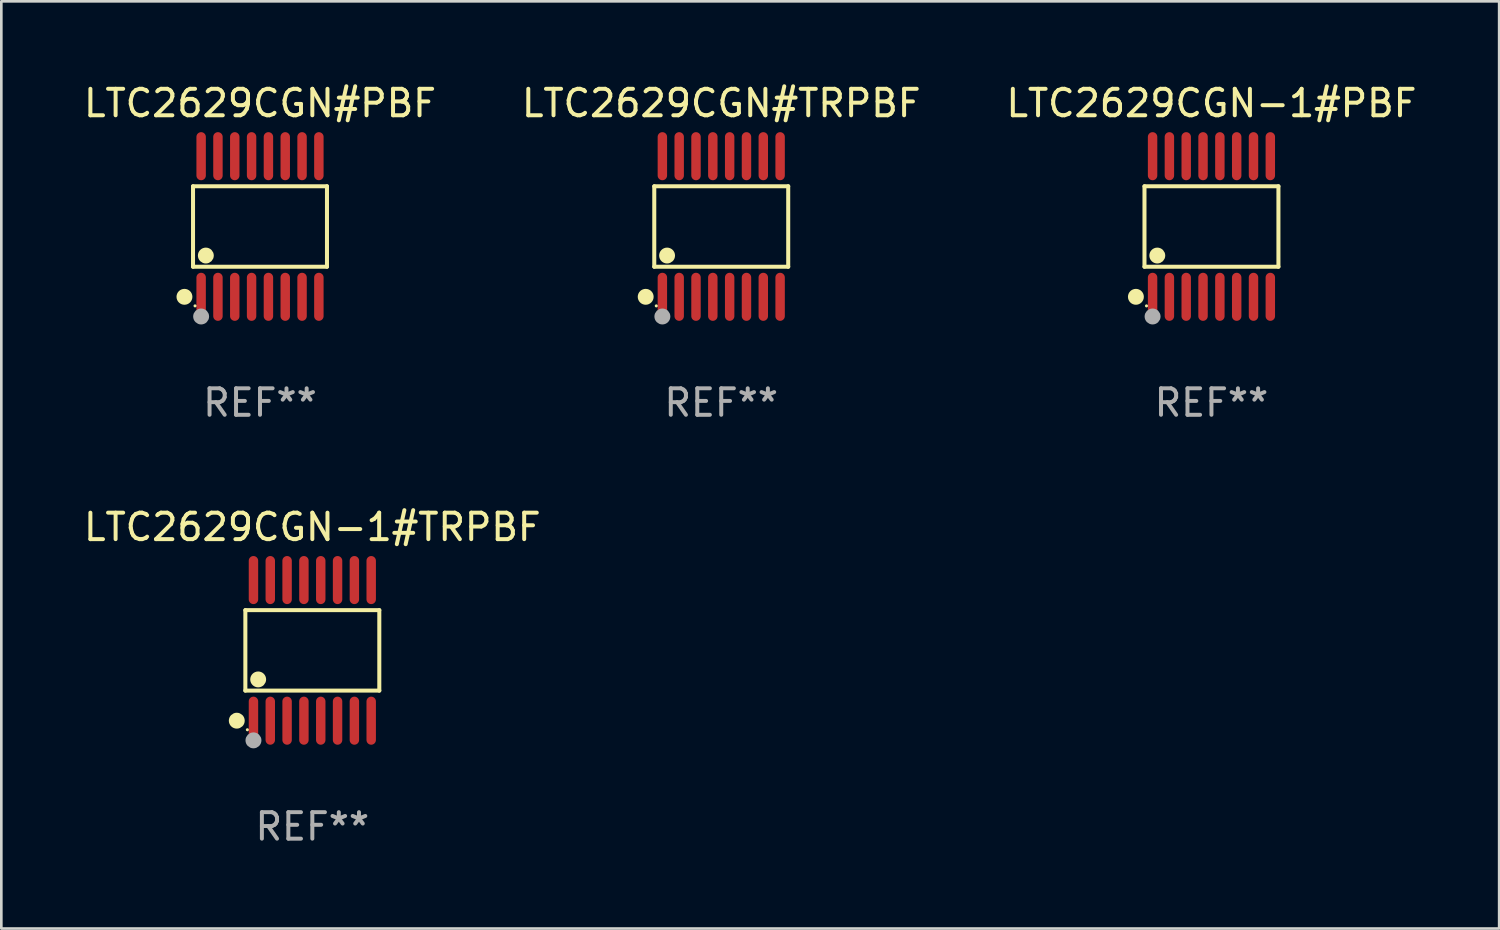
<source format=kicad_pcb>
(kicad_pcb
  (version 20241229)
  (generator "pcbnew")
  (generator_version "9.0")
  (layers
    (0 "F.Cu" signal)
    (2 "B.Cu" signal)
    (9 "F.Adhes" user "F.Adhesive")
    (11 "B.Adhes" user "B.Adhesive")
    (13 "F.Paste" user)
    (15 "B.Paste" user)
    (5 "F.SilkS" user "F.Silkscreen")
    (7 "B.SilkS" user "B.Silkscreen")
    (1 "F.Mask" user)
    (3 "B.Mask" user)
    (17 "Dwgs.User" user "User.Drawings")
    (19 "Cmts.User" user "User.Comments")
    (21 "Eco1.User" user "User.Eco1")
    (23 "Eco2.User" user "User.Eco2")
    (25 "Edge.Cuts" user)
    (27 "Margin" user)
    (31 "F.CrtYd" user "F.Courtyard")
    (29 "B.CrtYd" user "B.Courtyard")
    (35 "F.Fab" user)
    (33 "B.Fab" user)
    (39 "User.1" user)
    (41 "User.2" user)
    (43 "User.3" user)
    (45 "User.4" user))
  (footprint "LTC2629CGN#PBF"
    (layer "F.Cu")
    (at 6.768 5.503)
    (property "Reference" "LTC2629CGN#PBF" (at 0 -4.655 0) (layer "F.SilkS") (effects (font (size 1 1) (thickness 0.15))))
    (attr through_hole)
    (fp_line (start -2.529 -1.519) (end 2.529 -1.519) (stroke (width 0.152) (type solid)) (layer "F.SilkS"))
    (fp_line (start -2.529 1.519) (end -2.529 -1.519) (stroke (width 0.152) (type solid)) (layer "F.SilkS"))
    (fp_line (start 2.529 -1.519) (end 2.529 1.519) (stroke (width 0.152) (type solid)) (layer "F.SilkS"))
    (fp_line (start 2.529 1.519) (end -2.529 1.519) (stroke (width 0.152) (type solid)) (layer "F.SilkS"))
    (fp_circle (center -2.853 2.655) (end -2.703 2.655) (stroke (width 0.3) (type solid)) (fill no) (layer "F.SilkS"))
    (fp_circle (center -2.453 2.998) (end -2.423 2.998) (stroke (width 0.06) (type solid)) (fill no) (layer "F.SilkS"))
    (fp_circle (center -2.045 1.097) (end -1.895 1.097) (stroke (width 0.3) (type solid)) (fill no) (layer "F.SilkS"))
    (fp_circle (center -2.223 3.398) (end -2.072 3.398) (stroke (width 0.3) (type solid)) (fill no) (layer "F.Fab"))
    (fp_text user "REF**" (at 0 6.655 0) (layer "F.Fab") (effects (font (size 1 1) (thickness 0.15))))
    (pad "1" smd oval (at -2.223 2.655) (size 0.356 1.815) (layers "F.Cu" "F.Mask" "F.Paste"))
    (pad "2" smd oval (at -1.588 2.655) (size 0.356 1.815) (layers "F.Cu" "F.Mask" "F.Paste"))
    (pad "3" smd oval (at -0.953 2.655) (size 0.356 1.815) (layers "F.Cu" "F.Mask" "F.Paste"))
    (pad "4" smd oval (at -0.318 2.655) (size 0.356 1.815) (layers "F.Cu" "F.Mask" "F.Paste"))
    (pad "5" smd oval (at 0.318 2.655) (size 0.356 1.815) (layers "F.Cu" "F.Mask" "F.Paste"))
    (pad "6" smd oval (at 0.953 2.655) (size 0.356 1.815) (layers "F.Cu" "F.Mask" "F.Paste"))
    (pad "7" smd oval (at 1.588 2.655) (size 0.356 1.815) (layers "F.Cu" "F.Mask" "F.Paste"))
    (pad "8" smd oval (at 2.223 2.655) (size 0.356 1.815) (layers "F.Cu" "F.Mask" "F.Paste"))
    (pad "9" smd oval (at 2.223 -2.655) (size 0.356 1.815) (layers "F.Cu" "F.Mask" "F.Paste"))
    (pad "10" smd oval (at 1.588 -2.655) (size 0.356 1.815) (layers "F.Cu" "F.Mask" "F.Paste"))
    (pad "11" smd oval (at 0.953 -2.655) (size 0.356 1.815) (layers "F.Cu" "F.Mask" "F.Paste"))
    (pad "12" smd oval (at 0.318 -2.655) (size 0.356 1.815) (layers "F.Cu" "F.Mask" "F.Paste"))
    (pad "13" smd oval (at -0.318 -2.655) (size 0.356 1.815) (layers "F.Cu" "F.Mask" "F.Paste"))
    (pad "14" smd oval (at -0.953 -2.655) (size 0.356 1.815) (layers "F.Cu" "F.Mask" "F.Paste"))
    (pad "15" smd oval (at -1.588 -2.655) (size 0.356 1.815) (layers "F.Cu" "F.Mask" "F.Paste"))
    (pad "16" smd oval (at -2.223 -2.655) (size 0.356 1.815) (layers "F.Cu" "F.Mask" "F.Paste")))
  (footprint "LTC2629CGN-1#TRPBF"
    (layer "F.Cu")
    (at 8.744 21.509)
    (property "Reference" "LTC2629CGN-1#TRPBF" (at 0 -4.655 0) (layer "F.SilkS") (effects (font (size 1 1) (thickness 0.15))))
    (attr through_hole)
    (fp_line (start -2.529 -1.519) (end 2.529 -1.519) (stroke (width 0.152) (type solid)) (layer "F.SilkS"))
    (fp_line (start -2.529 1.519) (end -2.529 -1.519) (stroke (width 0.152) (type solid)) (layer "F.SilkS"))
    (fp_line (start 2.529 -1.519) (end 2.529 1.519) (stroke (width 0.152) (type solid)) (layer "F.SilkS"))
    (fp_line (start 2.529 1.519) (end -2.529 1.519) (stroke (width 0.152) (type solid)) (layer "F.SilkS"))
    (fp_circle (center -2.853 2.655) (end -2.703 2.655) (stroke (width 0.3) (type solid)) (fill no) (layer "F.SilkS"))
    (fp_circle (center -2.453 2.998) (end -2.423 2.998) (stroke (width 0.06) (type solid)) (fill no) (layer "F.SilkS"))
    (fp_circle (center -2.045 1.097) (end -1.895 1.097) (stroke (width 0.3) (type solid)) (fill no) (layer "F.SilkS"))
    (fp_circle (center -2.223 3.398) (end -2.072 3.398) (stroke (width 0.3) (type solid)) (fill no) (layer "F.Fab"))
    (fp_text user "REF**" (at 0 6.655 0) (layer "F.Fab") (effects (font (size 1 1) (thickness 0.15))))
    (pad "1" smd oval (at -2.223 2.655) (size 0.356 1.815) (layers "F.Cu" "F.Mask" "F.Paste"))
    (pad "2" smd oval (at -1.588 2.655) (size 0.356 1.815) (layers "F.Cu" "F.Mask" "F.Paste"))
    (pad "3" smd oval (at -0.953 2.655) (size 0.356 1.815) (layers "F.Cu" "F.Mask" "F.Paste"))
    (pad "4" smd oval (at -0.318 2.655) (size 0.356 1.815) (layers "F.Cu" "F.Mask" "F.Paste"))
    (pad "5" smd oval (at 0.318 2.655) (size 0.356 1.815) (layers "F.Cu" "F.Mask" "F.Paste"))
    (pad "6" smd oval (at 0.953 2.655) (size 0.356 1.815) (layers "F.Cu" "F.Mask" "F.Paste"))
    (pad "7" smd oval (at 1.588 2.655) (size 0.356 1.815) (layers "F.Cu" "F.Mask" "F.Paste"))
    (pad "8" smd oval (at 2.223 2.655) (size 0.356 1.815) (layers "F.Cu" "F.Mask" "F.Paste"))
    (pad "9" smd oval (at 2.223 -2.655) (size 0.356 1.815) (layers "F.Cu" "F.Mask" "F.Paste"))
    (pad "10" smd oval (at 1.588 -2.655) (size 0.356 1.815) (layers "F.Cu" "F.Mask" "F.Paste"))
    (pad "11" smd oval (at 0.953 -2.655) (size 0.356 1.815) (layers "F.Cu" "F.Mask" "F.Paste"))
    (pad "12" smd oval (at 0.318 -2.655) (size 0.356 1.815) (layers "F.Cu" "F.Mask" "F.Paste"))
    (pad "13" smd oval (at -0.318 -2.655) (size 0.356 1.815) (layers "F.Cu" "F.Mask" "F.Paste"))
    (pad "14" smd oval (at -0.953 -2.655) (size 0.356 1.815) (layers "F.Cu" "F.Mask" "F.Paste"))
    (pad "15" smd oval (at -1.588 -2.655) (size 0.356 1.815) (layers "F.Cu" "F.Mask" "F.Paste"))
    (pad "16" smd oval (at -2.223 -2.655) (size 0.356 1.815) (layers "F.Cu" "F.Mask" "F.Paste")))
  (footprint "LTC2629CGN#TRPBF"
    (layer "F.Cu")
    (at 24.185 5.503)
    (property "Reference" "LTC2629CGN#TRPBF" (at 0 -4.655 0) (layer "F.SilkS") (effects (font (size 1 1) (thickness 0.15))))
    (attr through_hole)
    (fp_line (start -2.529 -1.519) (end 2.529 -1.519) (stroke (width 0.152) (type solid)) (layer "F.SilkS"))
    (fp_line (start -2.529 1.519) (end -2.529 -1.519) (stroke (width 0.152) (type solid)) (layer "F.SilkS"))
    (fp_line (start 2.529 -1.519) (end 2.529 1.519) (stroke (width 0.152) (type solid)) (layer "F.SilkS"))
    (fp_line (start 2.529 1.519) (end -2.529 1.519) (stroke (width 0.152) (type solid)) (layer "F.SilkS"))
    (fp_circle (center -2.853 2.655) (end -2.703 2.655) (stroke (width 0.3) (type solid)) (fill no) (layer "F.SilkS"))
    (fp_circle (center -2.453 2.998) (end -2.423 2.998) (stroke (width 0.06) (type solid)) (fill no) (layer "F.SilkS"))
    (fp_circle (center -2.045 1.097) (end -1.895 1.097) (stroke (width 0.3) (type solid)) (fill no) (layer "F.SilkS"))
    (fp_circle (center -2.223 3.398) (end -2.072 3.398) (stroke (width 0.3) (type solid)) (fill no) (layer "F.Fab"))
    (fp_text user "REF**" (at 0 6.655 0) (layer "F.Fab") (effects (font (size 1 1) (thickness 0.15))))
    (pad "1" smd oval (at -2.223 2.655) (size 0.356 1.815) (layers "F.Cu" "F.Mask" "F.Paste"))
    (pad "2" smd oval (at -1.588 2.655) (size 0.356 1.815) (layers "F.Cu" "F.Mask" "F.Paste"))
    (pad "3" smd oval (at -0.953 2.655) (size 0.356 1.815) (layers "F.Cu" "F.Mask" "F.Paste"))
    (pad "4" smd oval (at -0.318 2.655) (size 0.356 1.815) (layers "F.Cu" "F.Mask" "F.Paste"))
    (pad "5" smd oval (at 0.318 2.655) (size 0.356 1.815) (layers "F.Cu" "F.Mask" "F.Paste"))
    (pad "6" smd oval (at 0.953 2.655) (size 0.356 1.815) (layers "F.Cu" "F.Mask" "F.Paste"))
    (pad "7" smd oval (at 1.588 2.655) (size 0.356 1.815) (layers "F.Cu" "F.Mask" "F.Paste"))
    (pad "8" smd oval (at 2.223 2.655) (size 0.356 1.815) (layers "F.Cu" "F.Mask" "F.Paste"))
    (pad "9" smd oval (at 2.223 -2.655) (size 0.356 1.815) (layers "F.Cu" "F.Mask" "F.Paste"))
    (pad "10" smd oval (at 1.588 -2.655) (size 0.356 1.815) (layers "F.Cu" "F.Mask" "F.Paste"))
    (pad "11" smd oval (at 0.953 -2.655) (size 0.356 1.815) (layers "F.Cu" "F.Mask" "F.Paste"))
    (pad "12" smd oval (at 0.318 -2.655) (size 0.356 1.815) (layers "F.Cu" "F.Mask" "F.Paste"))
    (pad "13" smd oval (at -0.318 -2.655) (size 0.356 1.815) (layers "F.Cu" "F.Mask" "F.Paste"))
    (pad "14" smd oval (at -0.953 -2.655) (size 0.356 1.815) (layers "F.Cu" "F.Mask" "F.Paste"))
    (pad "15" smd oval (at -1.588 -2.655) (size 0.356 1.815) (layers "F.Cu" "F.Mask" "F.Paste"))
    (pad "16" smd oval (at -2.223 -2.655) (size 0.356 1.815) (layers "F.Cu" "F.Mask" "F.Paste")))
  (footprint "LTC2629CGN-1#PBF"
    (layer "F.Cu")
    (at 42.696 5.503)
    (property "Reference" "LTC2629CGN-1#PBF" (at 0 -4.655 0) (layer "F.SilkS") (effects (font (size 1 1) (thickness 0.15))))
    (attr through_hole)
    (fp_line (start -2.529 -1.519) (end 2.529 -1.519) (stroke (width 0.152) (type solid)) (layer "F.SilkS"))
    (fp_line (start -2.529 1.519) (end -2.529 -1.519) (stroke (width 0.152) (type solid)) (layer "F.SilkS"))
    (fp_line (start 2.529 -1.519) (end 2.529 1.519) (stroke (width 0.152) (type solid)) (layer "F.SilkS"))
    (fp_line (start 2.529 1.519) (end -2.529 1.519) (stroke (width 0.152) (type solid)) (layer "F.SilkS"))
    (fp_circle (center -2.853 2.655) (end -2.703 2.655) (stroke (width 0.3) (type solid)) (fill no) (layer "F.SilkS"))
    (fp_circle (center -2.453 2.998) (end -2.423 2.998) (stroke (width 0.06) (type solid)) (fill no) (layer "F.SilkS"))
    (fp_circle (center -2.045 1.097) (end -1.895 1.097) (stroke (width 0.3) (type solid)) (fill no) (layer "F.SilkS"))
    (fp_circle (center -2.223 3.398) (end -2.072 3.398) (stroke (width 0.3) (type solid)) (fill no) (layer "F.Fab"))
    (fp_text user "REF**" (at 0 6.655 0) (layer "F.Fab") (effects (font (size 1 1) (thickness 0.15))))
    (pad "1" smd oval (at -2.223 2.655) (size 0.356 1.815) (layers "F.Cu" "F.Mask" "F.Paste"))
    (pad "2" smd oval (at -1.588 2.655) (size 0.356 1.815) (layers "F.Cu" "F.Mask" "F.Paste"))
    (pad "3" smd oval (at -0.953 2.655) (size 0.356 1.815) (layers "F.Cu" "F.Mask" "F.Paste"))
    (pad "4" smd oval (at -0.318 2.655) (size 0.356 1.815) (layers "F.Cu" "F.Mask" "F.Paste"))
    (pad "5" smd oval (at 0.318 2.655) (size 0.356 1.815) (layers "F.Cu" "F.Mask" "F.Paste"))
    (pad "6" smd oval (at 0.953 2.655) (size 0.356 1.815) (layers "F.Cu" "F.Mask" "F.Paste"))
    (pad "7" smd oval (at 1.588 2.655) (size 0.356 1.815) (layers "F.Cu" "F.Mask" "F.Paste"))
    (pad "8" smd oval (at 2.223 2.655) (size 0.356 1.815) (layers "F.Cu" "F.Mask" "F.Paste"))
    (pad "9" smd oval (at 2.223 -2.655) (size 0.356 1.815) (layers "F.Cu" "F.Mask" "F.Paste"))
    (pad "10" smd oval (at 1.588 -2.655) (size 0.356 1.815) (layers "F.Cu" "F.Mask" "F.Paste"))
    (pad "11" smd oval (at 0.953 -2.655) (size 0.356 1.815) (layers "F.Cu" "F.Mask" "F.Paste"))
    (pad "12" smd oval (at 0.318 -2.655) (size 0.356 1.815) (layers "F.Cu" "F.Mask" "F.Paste"))
    (pad "13" smd oval (at -0.318 -2.655) (size 0.356 1.815) (layers "F.Cu" "F.Mask" "F.Paste"))
    (pad "14" smd oval (at -0.953 -2.655) (size 0.356 1.815) (layers "F.Cu" "F.Mask" "F.Paste"))
    (pad "15" smd oval (at -1.588 -2.655) (size 0.356 1.815) (layers "F.Cu" "F.Mask" "F.Paste"))
    (pad "16" smd oval (at -2.223 -2.655) (size 0.356 1.815) (layers "F.Cu" "F.Mask" "F.Paste")))
  (gr_rect
    (start -3 -3)
    (end 53.56 32.012)
    (stroke (width 0.1) (type default))
    (fill no)
    (layer "Edge.Cuts")))
</source>
